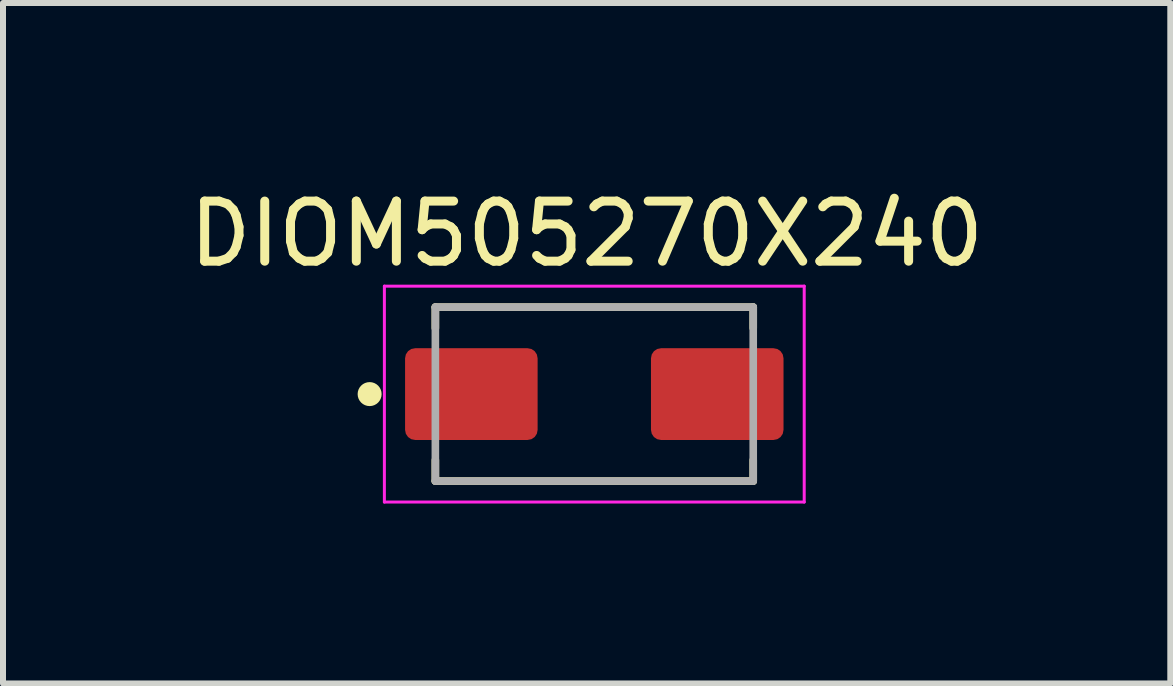
<source format=kicad_pcb>
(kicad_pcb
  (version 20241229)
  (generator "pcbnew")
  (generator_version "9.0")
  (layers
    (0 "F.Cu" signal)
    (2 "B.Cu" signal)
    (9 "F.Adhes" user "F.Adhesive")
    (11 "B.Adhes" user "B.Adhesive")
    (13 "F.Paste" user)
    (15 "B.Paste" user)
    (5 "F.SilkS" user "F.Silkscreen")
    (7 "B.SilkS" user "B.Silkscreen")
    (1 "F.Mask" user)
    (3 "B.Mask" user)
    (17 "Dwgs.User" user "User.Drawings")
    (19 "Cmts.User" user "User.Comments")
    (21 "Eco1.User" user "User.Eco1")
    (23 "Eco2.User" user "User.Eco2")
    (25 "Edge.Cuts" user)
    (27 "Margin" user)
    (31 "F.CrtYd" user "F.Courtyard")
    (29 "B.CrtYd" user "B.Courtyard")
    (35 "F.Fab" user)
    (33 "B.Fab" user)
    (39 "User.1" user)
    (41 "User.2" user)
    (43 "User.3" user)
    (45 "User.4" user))
  (footprint "DIOM505270X240"
    (layer "F.Cu")
    (at 6.859 3.521)
    (property "Reference" "DIOM505270X240" (at -0.127 -2.672 0) (layer "F.SilkS") (effects (font (size 1.002 1.002) (thickness 0.15))))
    (attr through_hole)
    (fp_line (start -2.65 -1.45) (end 2.65 -1.45) (stroke (width 0.127) (type solid)) (layer "F.SilkS"))
    (fp_line (start -2.65 -1.1) (end -2.65 -1.45) (stroke (width 0.127) (type solid)) (layer "F.SilkS"))
    (fp_line (start -2.65 1.1) (end -2.65 1.45) (stroke (width 0.127) (type solid)) (layer "F.SilkS"))
    (fp_line (start -2.65 1.45) (end 2.65 1.45) (stroke (width 0.127) (type solid)) (layer "F.SilkS"))
    (fp_line (start 2.65 -1.45) (end 2.65 -1.1) (stroke (width 0.127) (type solid)) (layer "F.SilkS"))
    (fp_line (start 2.65 1.45) (end 2.65 1.1) (stroke (width 0.127) (type solid)) (layer "F.SilkS"))
    (fp_circle (center -3.746 0) (end -3.646 0) (stroke (width 0.2) (type solid)) (fill no) (layer "F.SilkS"))
    (fp_line (start -3.5 -1.8) (end 3.5 -1.8) (stroke (width 0.05) (type solid)) (layer "F.CrtYd"))
    (fp_line (start -3.5 1.8) (end -3.5 -1.8) (stroke (width 0.05) (type solid)) (layer "F.CrtYd"))
    (fp_line (start 3.5 -1.8) (end 3.5 1.8) (stroke (width 0.05) (type solid)) (layer "F.CrtYd"))
    (fp_line (start 3.5 1.8) (end -3.5 1.8) (stroke (width 0.05) (type solid)) (layer "F.CrtYd"))
    (fp_line (start -2.65 -1.45) (end 2.65 -1.45) (stroke (width 0.127) (type solid)) (layer "F.Fab"))
    (fp_line (start -2.65 1.45) (end -2.65 -1.45) (stroke (width 0.127) (type solid)) (layer "F.Fab"))
    (fp_line (start 2.65 -1.45) (end 2.65 1.45) (stroke (width 0.127) (type solid)) (layer "F.Fab"))
    (fp_line (start 2.65 1.45) (end -2.65 1.45) (stroke (width 0.127) (type solid)) (layer "F.Fab"))
    (pad "A" smd roundrect (at 2.05 0) (size 2.21 1.53) (layers "F.Cu" "F.Mask" "F.Paste") (roundrect_rratio 0.11))
    (pad "C" smd roundrect (at -2.05 0) (size 2.21 1.53) (layers "F.Cu" "F.Mask" "F.Paste") (roundrect_rratio 0.11)))
  (gr_rect
    (start -3 -3)
    (end 16.463 8.346)
    (stroke (width 0.1) (type default))
    (fill no)
    (layer "Edge.Cuts")))
</source>
